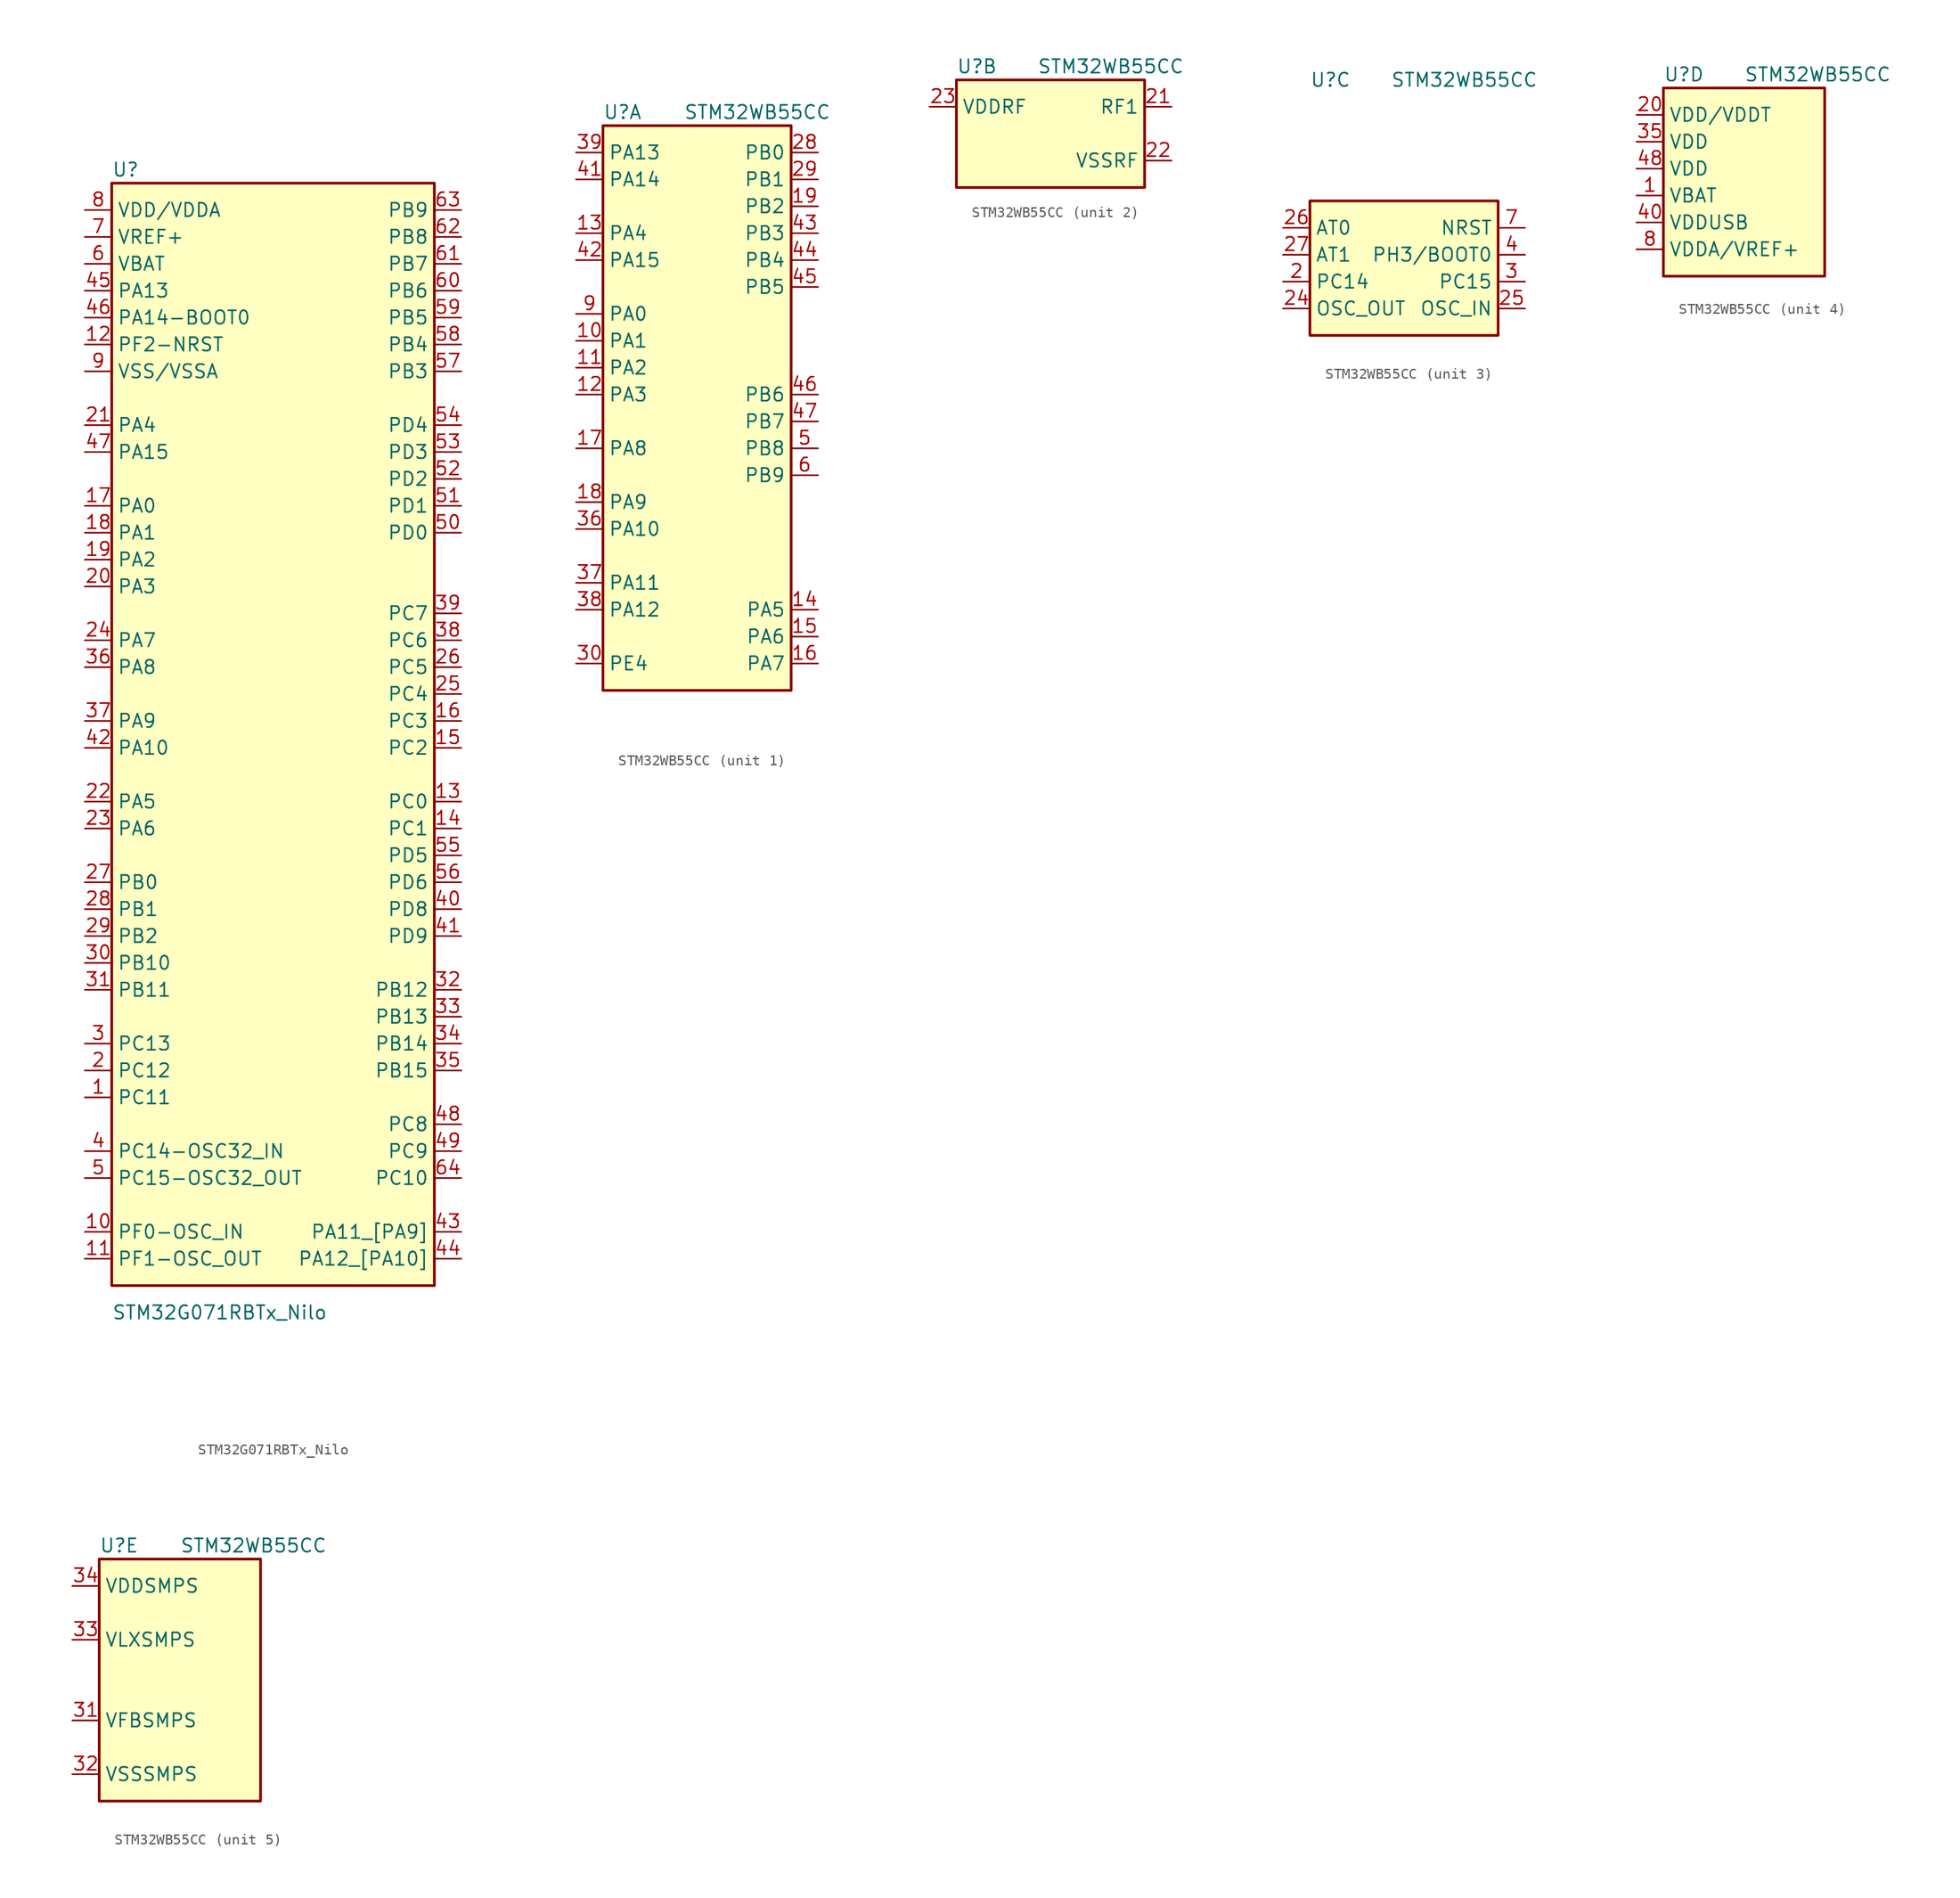
<source format=kicad_sym>
(kicad_symbol_lib
  (version 20220914)
  (generator kicad_symbol_editor)
  (symbol "STM32G071RBTx_Nilo"
    (property "Reference" "U"
      (at -15.24 49.53 0)
      (effects (font (size 1.27 1.27)) (justify left)))
    (property "Value" "STM32G071RBTx_Nilo"
      (at -15.24 -58.42 0)
      (effects (font (size 1.27 1.27)) (justify left)))
    (symbol "STM32G071RBTx_Nilo_0_1"
      (rectangle (start -15.24 -55.88) (end 15.24 48.26) (stroke (width 0.254) (type solid)) (fill (type background))))
    (symbol "STM32G071RBTx_Nilo_1_1"
      (pin bidirectional line (at -17.78 -38.1 0) (length 2.54) (name "PC11" (effects (font (size 1.27 1.27)))) (number "1" (effects (font (size 1.27 1.27)))))
      (pin bidirectional line (at -17.78 -50.8 0) (length 2.54) (name "PF0-OSC_IN" (effects (font (size 1.27 1.27)))) (number "10" (effects (font (size 1.27 1.27)))))
      (pin bidirectional line (at -17.78 -53.34 0) (length 2.54) (name "PF1-OSC_OUT" (effects (font (size 1.27 1.27)))) (number "11" (effects (font (size 1.27 1.27)))))
      (pin bidirectional line (at -17.78 33.02 0) (length 2.54) (name "PF2-NRST" (effects (font (size 1.27 1.27)))) (number "12" (effects (font (size 1.27 1.27)))))
      (pin bidirectional line (at 17.78 -10.16 180) (length 2.54) (name "PC0" (effects (font (size 1.27 1.27)))) (number "13" (effects (font (size 1.27 1.27)))))
      (pin bidirectional line (at 17.78 -12.7 180) (length 2.54) (name "PC1" (effects (font (size 1.27 1.27)))) (number "14" (effects (font (size 1.27 1.27)))))
      (pin bidirectional line (at 17.78 -5.08 180) (length 2.54) (name "PC2" (effects (font (size 1.27 1.27)))) (number "15" (effects (font (size 1.27 1.27)))))
      (pin bidirectional line (at 17.78 -2.54 180) (length 2.54) (name "PC3" (effects (font (size 1.27 1.27)))) (number "16" (effects (font (size 1.27 1.27)))))
      (pin bidirectional line (at -17.78 17.78 0) (length 2.54) (name "PA0" (effects (font (size 1.27 1.27)))) (number "17" (effects (font (size 1.27 1.27)))))
      (pin bidirectional line (at -17.78 15.24 0) (length 2.54) (name "PA1" (effects (font (size 1.27 1.27)))) (number "18" (effects (font (size 1.27 1.27)))))
      (pin bidirectional line (at -17.78 12.7 0) (length 2.54) (name "PA2" (effects (font (size 1.27 1.27)))) (number "19" (effects (font (size 1.27 1.27)))))
      (pin bidirectional line (at -17.78 -35.56 0) (length 2.54) (name "PC12" (effects (font (size 1.27 1.27)))) (number "2" (effects (font (size 1.27 1.27)))))
      (pin bidirectional line (at -17.78 10.16 0) (length 2.54) (name "PA3" (effects (font (size 1.27 1.27)))) (number "20" (effects (font (size 1.27 1.27)))))
      (pin bidirectional line (at -17.78 25.4 0) (length 2.54) (name "PA4" (effects (font (size 1.27 1.27)))) (number "21" (effects (font (size 1.27 1.27)))))
      (pin bidirectional line (at -17.78 -10.16 0) (length 2.54) (name "PA5" (effects (font (size 1.27 1.27)))) (number "22" (effects (font (size 1.27 1.27)))))
      (pin bidirectional line (at -17.78 -12.7 0) (length 2.54) (name "PA6" (effects (font (size 1.27 1.27)))) (number "23" (effects (font (size 1.27 1.27)))))
      (pin bidirectional line (at -17.78 5.08 0) (length 2.54) (name "PA7" (effects (font (size 1.27 1.27)))) (number "24" (effects (font (size 1.27 1.27)))))
      (pin bidirectional line (at 17.78 0 180) (length 2.54) (name "PC4" (effects (font (size 1.27 1.27)))) (number "25" (effects (font (size 1.27 1.27)))))
      (pin bidirectional line (at 17.78 2.54 180) (length 2.54) (name "PC5" (effects (font (size 1.27 1.27)))) (number "26" (effects (font (size 1.27 1.27)))))
      (pin bidirectional line (at -17.78 -17.78 0) (length 2.54) (name "PB0" (effects (font (size 1.27 1.27)))) (number "27" (effects (font (size 1.27 1.27)))))
      (pin bidirectional line (at -17.78 -20.32 0) (length 2.54) (name "PB1" (effects (font (size 1.27 1.27)))) (number "28" (effects (font (size 1.27 1.27)))))
      (pin bidirectional line (at -17.78 -22.86 0) (length 2.54) (name "PB2" (effects (font (size 1.27 1.27)))) (number "29" (effects (font (size 1.27 1.27)))))
      (pin bidirectional line (at -17.78 -33.02 0) (length 2.54) (name "PC13" (effects (font (size 1.27 1.27)))) (number "3" (effects (font (size 1.27 1.27)))))
      (pin bidirectional line (at -17.78 -25.4 0) (length 2.54) (name "PB10" (effects (font (size 1.27 1.27)))) (number "30" (effects (font (size 1.27 1.27)))))
      (pin bidirectional line (at -17.78 -27.94 0) (length 2.54) (name "PB11" (effects (font (size 1.27 1.27)))) (number "31" (effects (font (size 1.27 1.27)))))
      (pin bidirectional line (at 17.78 -27.94 180) (length 2.54) (name "PB12" (effects (font (size 1.27 1.27)))) (number "32" (effects (font (size 1.27 1.27)))))
      (pin bidirectional line (at 17.78 -30.48 180) (length 2.54) (name "PB13" (effects (font (size 1.27 1.27)))) (number "33" (effects (font (size 1.27 1.27)))))
      (pin bidirectional line (at 17.78 -33.02 180) (length 2.54) (name "PB14" (effects (font (size 1.27 1.27)))) (number "34" (effects (font (size 1.27 1.27)))))
      (pin bidirectional line (at 17.78 -35.56 180) (length 2.54) (name "PB15" (effects (font (size 1.27 1.27)))) (number "35" (effects (font (size 1.27 1.27)))))
      (pin bidirectional line (at -17.78 2.54 0) (length 2.54) (name "PA8" (effects (font (size 1.27 1.27)))) (number "36" (effects (font (size 1.27 1.27)))))
      (pin bidirectional line (at -17.78 -2.54 0) (length 2.54) (name "PA9" (effects (font (size 1.27 1.27)))) (number "37" (effects (font (size 1.27 1.27)))))
      (pin bidirectional line (at 17.78 5.08 180) (length 2.54) (name "PC6" (effects (font (size 1.27 1.27)))) (number "38" (effects (font (size 1.27 1.27)))))
      (pin bidirectional line (at 17.78 7.62 180) (length 2.54) (name "PC7" (effects (font (size 1.27 1.27)))) (number "39" (effects (font (size 1.27 1.27)))))
      (pin bidirectional line (at -17.78 -43.18 0) (length 2.54) (name "PC14-OSC32_IN" (effects (font (size 1.27 1.27)))) (number "4" (effects (font (size 1.27 1.27)))))
      (pin bidirectional line (at 17.78 -20.32 180) (length 2.54) (name "PD8" (effects (font (size 1.27 1.27)))) (number "40" (effects (font (size 1.27 1.27)))))
      (pin bidirectional line (at 17.78 -22.86 180) (length 2.54) (name "PD9" (effects (font (size 1.27 1.27)))) (number "41" (effects (font (size 1.27 1.27)))))
      (pin bidirectional line (at -17.78 -5.08 0) (length 2.54) (name "PA10" (effects (font (size 1.27 1.27)))) (number "42" (effects (font (size 1.27 1.27)))))
      (pin bidirectional line (at 17.78 -50.8 180) (length 2.54) (name "PA11_[PA9]" (effects (font (size 1.27 1.27)))) (number "43" (effects (font (size 1.27 1.27)))))
      (pin bidirectional line (at 17.78 -53.34 180) (length 2.54) (name "PA12_[PA10]" (effects (font (size 1.27 1.27)))) (number "44" (effects (font (size 1.27 1.27)))))
      (pin bidirectional line (at -17.78 38.1 0) (length 2.54) (name "PA13" (effects (font (size 1.27 1.27)))) (number "45" (effects (font (size 1.27 1.27)))))
      (pin bidirectional line (at -17.78 35.56 0) (length 2.54) (name "PA14-BOOT0" (effects (font (size 1.27 1.27)))) (number "46" (effects (font (size 1.27 1.27)))))
      (pin bidirectional line (at -17.78 22.86 0) (length 2.54) (name "PA15" (effects (font (size 1.27 1.27)))) (number "47" (effects (font (size 1.27 1.27)))))
      (pin bidirectional line (at 17.78 -40.64 180) (length 2.54) (name "PC8" (effects (font (size 1.27 1.27)))) (number "48" (effects (font (size 1.27 1.27)))))
      (pin bidirectional line (at 17.78 -43.18 180) (length 2.54) (name "PC9" (effects (font (size 1.27 1.27)))) (number "49" (effects (font (size 1.27 1.27)))))
      (pin bidirectional line (at -17.78 -45.72 0) (length 2.54) (name "PC15-OSC32_OUT" (effects (font (size 1.27 1.27)))) (number "5" (effects (font (size 1.27 1.27)))))
      (pin bidirectional line (at 17.78 15.24 180) (length 2.54) (name "PD0" (effects (font (size 1.27 1.27)))) (number "50" (effects (font (size 1.27 1.27)))))
      (pin bidirectional line (at 17.78 17.78 180) (length 2.54) (name "PD1" (effects (font (size 1.27 1.27)))) (number "51" (effects (font (size 1.27 1.27)))))
      (pin bidirectional line (at 17.78 20.32 180) (length 2.54) (name "PD2" (effects (font (size 1.27 1.27)))) (number "52" (effects (font (size 1.27 1.27)))))
      (pin bidirectional line (at 17.78 22.86 180) (length 2.54) (name "PD3" (effects (font (size 1.27 1.27)))) (number "53" (effects (font (size 1.27 1.27)))))
      (pin bidirectional line (at 17.78 25.4 180) (length 2.54) (name "PD4" (effects (font (size 1.27 1.27)))) (number "54" (effects (font (size 1.27 1.27)))))
      (pin bidirectional line (at 17.78 -15.24 180) (length 2.54) (name "PD5" (effects (font (size 1.27 1.27)))) (number "55" (effects (font (size 1.27 1.27)))))
      (pin bidirectional line (at 17.78 -17.78 180) (length 2.54) (name "PD6" (effects (font (size 1.27 1.27)))) (number "56" (effects (font (size 1.27 1.27)))))
      (pin bidirectional line (at 17.78 30.48 180) (length 2.54) (name "PB3" (effects (font (size 1.27 1.27)))) (number "57" (effects (font (size 1.27 1.27)))))
      (pin bidirectional line (at 17.78 33.02 180) (length 2.54) (name "PB4" (effects (font (size 1.27 1.27)))) (number "58" (effects (font (size 1.27 1.27)))))
      (pin bidirectional line (at 17.78 35.56 180) (length 2.54) (name "PB5" (effects (font (size 1.27 1.27)))) (number "59" (effects (font (size 1.27 1.27)))))
      (pin power_in line (at -17.78 40.64 0) (length 2.54) (name "VBAT" (effects (font (size 1.27 1.27)))) (number "6" (effects (font (size 1.27 1.27)))))
      (pin bidirectional line (at 17.78 38.1 180) (length 2.54) (name "PB6" (effects (font (size 1.27 1.27)))) (number "60" (effects (font (size 1.27 1.27)))))
      (pin bidirectional line (at 17.78 40.64 180) (length 2.54) (name "PB7" (effects (font (size 1.27 1.27)))) (number "61" (effects (font (size 1.27 1.27)))))
      (pin bidirectional line (at 17.78 43.18 180) (length 2.54) (name "PB8" (effects (font (size 1.27 1.27)))) (number "62" (effects (font (size 1.27 1.27)))))
      (pin bidirectional line (at 17.78 45.72 180) (length 2.54) (name "PB9" (effects (font (size 1.27 1.27)))) (number "63" (effects (font (size 1.27 1.27)))))
      (pin bidirectional line (at 17.78 -45.72 180) (length 2.54) (name "PC10" (effects (font (size 1.27 1.27)))) (number "64" (effects (font (size 1.27 1.27)))))
      (pin power_in line (at -17.78 43.18 0) (length 2.54) (name "VREF+" (effects (font (size 1.27 1.27)))) (number "7" (effects (font (size 1.27 1.27)))))
      (pin power_in line (at -17.78 45.72 0) (length 2.54) (name "VDD/VDDA" (effects (font (size 1.27 1.27)))) (number "8" (effects (font (size 1.27 1.27)))))
      (pin power_in line (at -17.78 30.48 0) (length 2.54) (name "VSS/VSSA" (effects (font (size 1.27 1.27)))) (number "9" (effects (font (size 1.27 1.27)))))))
  (symbol "STM32WB55CC"
    (property "Reference" "U"
      (at -12.7 31.75 0)
      (effects (font (size 1.27 1.27)) (justify left)))
    (property "Value" "STM32WB55CC"
      (at -5.08 31.75 0)
      (effects (font (size 1.27 1.27)) (justify left)))
    (property "ki_locked" ""
      (at 0 0 0)
      (effects (font (size 1.27 1.27))))
    (symbol "STM32WB55CC_1_1"
      (rectangle (start -12.7 30.48) (end 5.08 -22.86) (stroke (width 0.254) (type solid)) (fill (type background)))
      (pin bidirectional line (at -15.24 10.16 0) (length 2.54) (name "PA1" (effects (font (size 1.27 1.27)))) (number "10" (effects (font (size 1.27 1.27)))))
      (pin bidirectional line (at -15.24 7.62 0) (length 2.54) (name "PA2" (effects (font (size 1.27 1.27)))) (number "11" (effects (font (size 1.27 1.27)))))
      (pin bidirectional line (at -15.24 5.08 0) (length 2.54) (name "PA3" (effects (font (size 1.27 1.27)))) (number "12" (effects (font (size 1.27 1.27)))))
      (pin bidirectional line (at -15.24 20.32 0) (length 2.54) (name "PA4" (effects (font (size 1.27 1.27)))) (number "13" (effects (font (size 1.27 1.27)))))
      (pin bidirectional line (at 7.62 -15.24 180) (length 2.54) (name "PA5" (effects (font (size 1.27 1.27)))) (number "14" (effects (font (size 1.27 1.27)))))
      (pin bidirectional line (at 7.62 -17.78 180) (length 2.54) (name "PA6" (effects (font (size 1.27 1.27)))) (number "15" (effects (font (size 1.27 1.27)))))
      (pin bidirectional line (at 7.62 -20.32 180) (length 2.54) (name "PA7" (effects (font (size 1.27 1.27)))) (number "16" (effects (font (size 1.27 1.27)))))
      (pin bidirectional line (at -15.24 0 0) (length 2.54) (name "PA8" (effects (font (size 1.27 1.27)))) (number "17" (effects (font (size 1.27 1.27)))))
      (pin bidirectional line (at -15.24 -5.08 0) (length 2.54) (name "PA9" (effects (font (size 1.27 1.27)))) (number "18" (effects (font (size 1.27 1.27)))))
      (pin bidirectional line (at 7.62 22.86 180) (length 2.54) (name "PB2" (effects (font (size 1.27 1.27)))) (number "19" (effects (font (size 1.27 1.27)))))
      (pin bidirectional line (at 7.62 27.94 180) (length 2.54) (name "PB0" (effects (font (size 1.27 1.27)))) (number "28" (effects (font (size 1.27 1.27)))))
      (pin bidirectional line (at 7.62 25.4 180) (length 2.54) (name "PB1" (effects (font (size 1.27 1.27)))) (number "29" (effects (font (size 1.27 1.27)))))
      (pin bidirectional line (at -15.24 -20.32 0) (length 2.54) (name "PE4" (effects (font (size 1.27 1.27)))) (number "30" (effects (font (size 1.27 1.27)))))
      (pin bidirectional line (at -15.24 -7.62 0) (length 2.54) (name "PA10" (effects (font (size 1.27 1.27)))) (number "36" (effects (font (size 1.27 1.27)))))
      (pin bidirectional line (at -15.24 -12.7 0) (length 2.54) (name "PA11" (effects (font (size 1.27 1.27)))) (number "37" (effects (font (size 1.27 1.27)))))
      (pin bidirectional line (at -15.24 -15.24 0) (length 2.54) (name "PA12" (effects (font (size 1.27 1.27)))) (number "38" (effects (font (size 1.27 1.27)))))
      (pin bidirectional line (at -15.24 27.94 0) (length 2.54) (name "PA13" (effects (font (size 1.27 1.27)))) (number "39" (effects (font (size 1.27 1.27)))))
      (pin bidirectional line (at -15.24 25.4 0) (length 2.54) (name "PA14" (effects (font (size 1.27 1.27)))) (number "41" (effects (font (size 1.27 1.27)))))
      (pin bidirectional line (at -15.24 17.78 0) (length 2.54) (name "PA15" (effects (font (size 1.27 1.27)))) (number "42" (effects (font (size 1.27 1.27)))))
      (pin bidirectional line (at 7.62 20.32 180) (length 2.54) (name "PB3" (effects (font (size 1.27 1.27)))) (number "43" (effects (font (size 1.27 1.27)))))
      (pin bidirectional line (at 7.62 17.78 180) (length 2.54) (name "PB4" (effects (font (size 1.27 1.27)))) (number "44" (effects (font (size 1.27 1.27)))))
      (pin bidirectional line (at 7.62 15.24 180) (length 2.54) (name "PB5" (effects (font (size 1.27 1.27)))) (number "45" (effects (font (size 1.27 1.27)))))
      (pin bidirectional line (at 7.62 5.08 180) (length 2.54) (name "PB6" (effects (font (size 1.27 1.27)))) (number "46" (effects (font (size 1.27 1.27)))))
      (pin bidirectional line (at 7.62 2.54 180) (length 2.54) (name "PB7" (effects (font (size 1.27 1.27)))) (number "47" (effects (font (size 1.27 1.27)))))
      (pin input line (at 7.62 0 180) (length 2.54) (name "PB8" (effects (font (size 1.27 1.27)))) (number "5" (effects (font (size 1.27 1.27)))))
      (pin input line (at 7.62 -2.54 180) (length 2.54) (name "PB9" (effects (font (size 1.27 1.27)))) (number "6" (effects (font (size 1.27 1.27)))))
      (pin bidirectional line (at -15.24 12.7 0) (length 2.54) (name "PA0" (effects (font (size 1.27 1.27)))) (number "9" (effects (font (size 1.27 1.27))))))
    (symbol "STM32WB55CC_2_1"
      (rectangle (start -12.7 20.32) (end 5.08 30.48) (stroke (width 0.254) (type solid)) (fill (type background)))
      (pin passive line (at 7.62 27.94 180) (length 2.54) (name "RF1" (effects (font (size 1.27 1.27)))) (number "21" (effects (font (size 1.27 1.27)))))
      (pin power_in line (at 7.62 22.86 180) (length 2.54) (name "VSSRF" (effects (font (size 1.27 1.27)))) (number "22" (effects (font (size 1.27 1.27)))))
      (pin power_in line (at -15.24 27.94 0) (length 2.54) (name "VDDRF" (effects (font (size 1.27 1.27)))) (number "23" (effects (font (size 1.27 1.27))))))
    (symbol "STM32WB55CC_3_1"
      (rectangle (start -12.7 20.32) (end 5.08 7.62) (stroke (width 0.254) (type solid)) (fill (type background)))
      (pin bidirectional line (at -15.24 12.7 0) (length 2.54) (name "PC14" (effects (font (size 1.27 1.27)))) (number "2" (effects (font (size 1.27 1.27)))))
      (pin output line (at -15.24 10.16 0) (length 2.54) (name "OSC_OUT" (effects (font (size 1.27 1.27)))) (number "24" (effects (font (size 1.27 1.27)))))
      (pin input line (at 7.62 10.16 180) (length 2.54) (name "OSC_IN" (effects (font (size 1.27 1.27)))) (number "25" (effects (font (size 1.27 1.27)))))
      (pin passive line (at -15.24 17.78 0) (length 2.54) (name "AT0" (effects (font (size 1.27 1.27)))) (number "26" (effects (font (size 1.27 1.27)))))
      (pin passive line (at -15.24 15.24 0) (length 2.54) (name "AT1" (effects (font (size 1.27 1.27)))) (number "27" (effects (font (size 1.27 1.27)))))
      (pin bidirectional line (at 7.62 12.7 180) (length 2.54) (name "PC15" (effects (font (size 1.27 1.27)))) (number "3" (effects (font (size 1.27 1.27)))))
      (pin bidirectional line (at 7.62 15.24 180) (length 2.54) (name "PH3/BOOT0" (effects (font (size 1.27 1.27)))) (number "4" (effects (font (size 1.27 1.27)))))
      (pin input line (at 7.62 17.78 180) (length 2.54) (name "NRST" (effects (font (size 1.27 1.27)))) (number "7" (effects (font (size 1.27 1.27))))))
    (symbol "STM32WB55CC_4_1"
      (rectangle (start -12.7 30.48) (end 2.54 12.7) (stroke (width 0.254) (type solid)) (fill (type background)))
      (pin power_in line (at -15.24 20.32 0) (length 2.54) (name "VBAT" (effects (font (size 1.27 1.27)))) (number "1" (effects (font (size 1.27 1.27)))))
      (pin power_in line (at -15.24 27.94 0) (length 2.54) (name "VDD/VDDT" (effects (font (size 1.27 1.27)))) (number "20" (effects (font (size 1.27 1.27)))))
      (pin power_in line (at -15.24 25.4 0) (length 2.54) (name "VDD" (effects (font (size 1.27 1.27)))) (number "35" (effects (font (size 1.27 1.27)))))
      (pin power_in line (at -15.24 17.78 0) (length 2.54) (name "VDDUSB" (effects (font (size 1.27 1.27)))) (number "40" (effects (font (size 1.27 1.27)))))
      (pin power_in line (at -15.24 22.86 0) (length 2.54) (name "VDD" (effects (font (size 1.27 1.27)))) (number "48" (effects (font (size 1.27 1.27)))))
      (pin power_in line (at -15.24 15.24 0) (length 2.54) (name "VDDA/VREF+" (effects (font (size 1.27 1.27)))) (number "8" (effects (font (size 1.27 1.27))))))
    (symbol "STM32WB55CC_5_1"
      (rectangle (start -12.7 30.48) (end 2.54 7.62) (stroke (width 0.254) (type solid)) (fill (type background)))
      (pin power_in line (at -15.24 15.24 0) (length 2.54) (name "VFBSMPS" (effects (font (size 1.27 1.27)))) (number "31" (effects (font (size 1.27 1.27)))))
      (pin power_in line (at -15.24 10.16 0) (length 2.54) (name "VSSSMPS" (effects (font (size 1.27 1.27)))) (number "32" (effects (font (size 1.27 1.27)))))
      (pin power_in line (at -15.24 22.86 0) (length 2.54) (name "VLXSMPS" (effects (font (size 1.27 1.27)))) (number "33" (effects (font (size 1.27 1.27)))))
      (pin power_in line (at -15.24 27.94 0) (length 2.54) (name "VDDSMPS" (effects (font (size 1.27 1.27)))) (number "34" (effects (font (size 1.27 1.27))))))))
</source>
